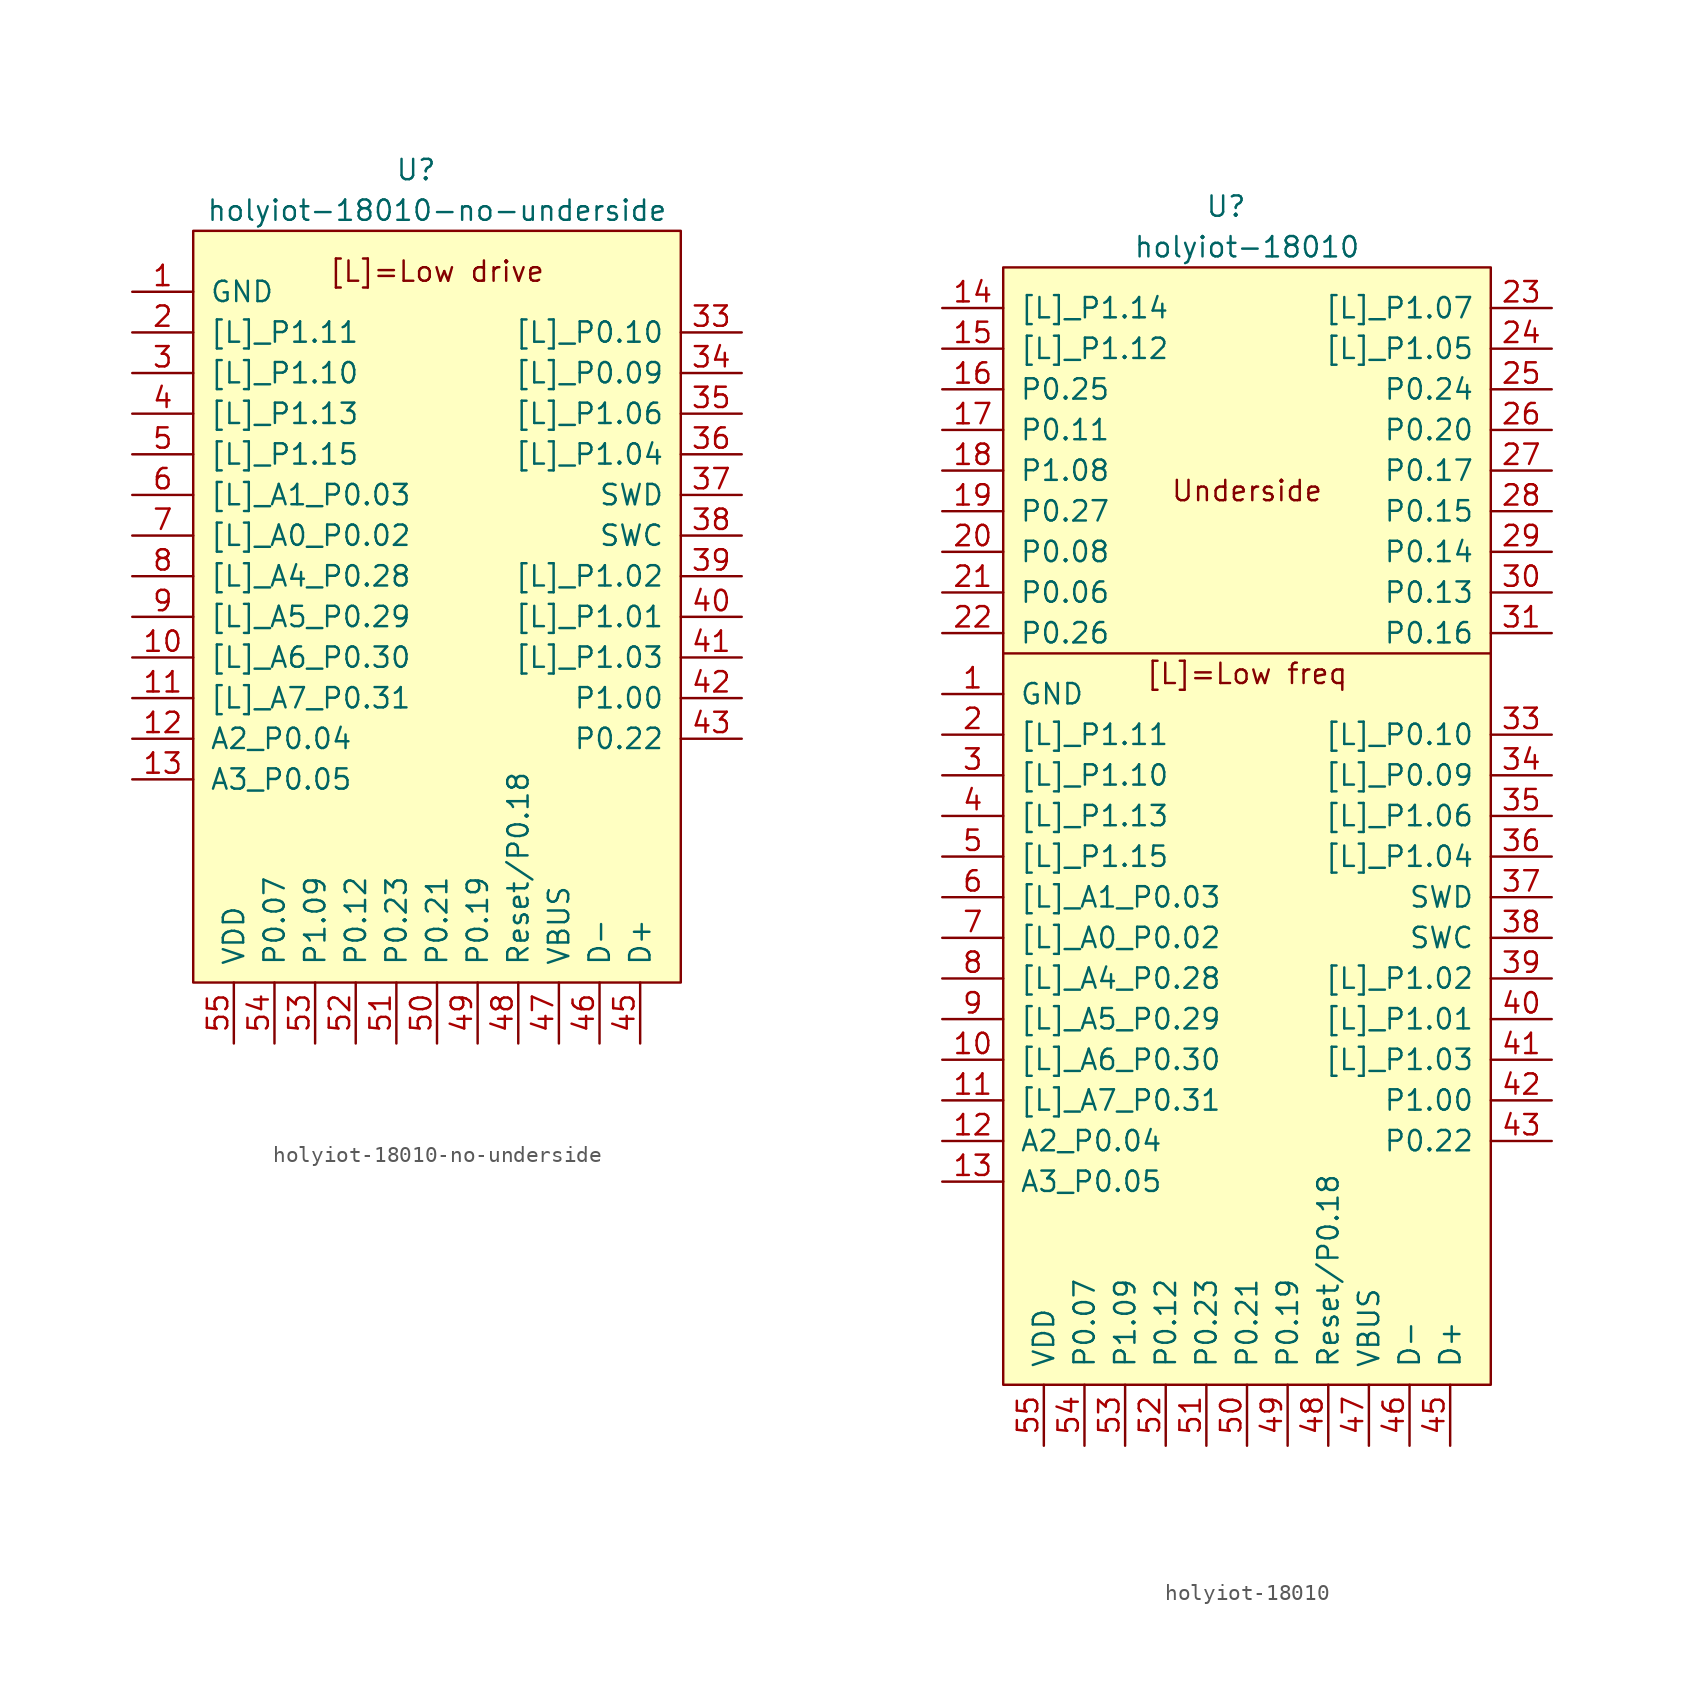
<source format=kicad_sym>
(kicad_symbol_lib
  (version 20220914)
  (generator kicad_symbol_editor)
  (symbol "holyiot-18010-no-underside"
    (pin_names
      (offset 1.016))
    (property "Reference" "U"
      (at 0 20.32 0)
      (effects (font (size 1.27 1.27)) (justify right)))
    (property "Value" "holyiot-18010-no-underside"
      (at 0 17.78 0)
      (effects (font (size 1.27 1.27))))
    (symbol "holyiot-18010-no-underside_0_0"
      (text "[L]=Low drive" (at 0 13.97 0) (effects (font (size 1.27 1.27)))))
    (symbol "holyiot-18010-no-underside_0_1"
      (rectangle (start -15.24 -30.48) (end 15.24 16.51) (stroke (width 0) (type default)) (fill (type background))))
    (symbol "holyiot-18010-no-underside_1_1"
      (pin power_in line (at -19.05 12.7 0) (length 3.81) (name "GND" (effects (font (size 1.27 1.27)))) (number "1" (effects (font (size 1.27 1.27)))))
      (pin bidirectional line (at -19.05 -10.16 0) (length 3.81) (name "[L]_A6_P0.30" (effects (font (size 1.27 1.27)))) (number "10" (effects (font (size 1.27 1.27)))))
      (pin bidirectional line (at -19.05 -12.7 0) (length 3.81) (name "[L]_A7_P0.31" (effects (font (size 1.27 1.27)))) (number "11" (effects (font (size 1.27 1.27)))))
      (pin bidirectional line (at -19.05 -15.24 0) (length 3.81) (name "A2_P0.04" (effects (font (size 1.27 1.27)))) (number "12" (effects (font (size 1.27 1.27)))))
      (pin bidirectional line (at -19.05 -17.78 0) (length 3.81) (name "A3_P0.05" (effects (font (size 1.27 1.27)))) (number "13" (effects (font (size 1.27 1.27)))))
      (pin bidirectional line (at -19.05 10.16 0) (length 3.81) (name "[L]_P1.11" (effects (font (size 1.27 1.27)))) (number "2" (effects (font (size 1.27 1.27)))))
      (pin bidirectional line (at -19.05 7.62 0) (length 3.81) (name "[L]_P1.10" (effects (font (size 1.27 1.27)))) (number "3" (effects (font (size 1.27 1.27)))))
      (pin passive line (at -19.05 12.7 0) (length 3.81) hide (name "GND" (effects (font (size 1.27 1.27)))) (number "32" (effects (font (size 1.27 1.27)))))
      (pin bidirectional line (at 19.05 10.16 180) (length 3.81) (name "[L]_P0.10" (effects (font (size 1.27 1.27)))) (number "33" (effects (font (size 1.27 1.27)))))
      (pin bidirectional line (at 19.05 7.62 180) (length 3.81) (name "[L]_P0.09" (effects (font (size 1.27 1.27)))) (number "34" (effects (font (size 1.27 1.27)))))
      (pin bidirectional line (at 19.05 5.08 180) (length 3.81) (name "[L]_P1.06" (effects (font (size 1.27 1.27)))) (number "35" (effects (font (size 1.27 1.27)))))
      (pin bidirectional line (at 19.05 2.54 180) (length 3.81) (name "[L]_P1.04" (effects (font (size 1.27 1.27)))) (number "36" (effects (font (size 1.27 1.27)))))
      (pin input line (at 19.05 0 180) (length 3.81) (name "SWD" (effects (font (size 1.27 1.27)))) (number "37" (effects (font (size 1.27 1.27)))))
      (pin bidirectional line (at 19.05 -2.54 180) (length 3.81) (name "SWC" (effects (font (size 1.27 1.27)))) (number "38" (effects (font (size 1.27 1.27)))))
      (pin bidirectional line (at 19.05 -5.08 180) (length 3.81) (name "[L]_P1.02" (effects (font (size 1.27 1.27)))) (number "39" (effects (font (size 1.27 1.27)))))
      (pin bidirectional line (at -19.05 5.08 0) (length 3.81) (name "[L]_P1.13" (effects (font (size 1.27 1.27)))) (number "4" (effects (font (size 1.27 1.27)))))
      (pin bidirectional line (at 19.05 -7.62 180) (length 3.81) (name "[L]_P1.01" (effects (font (size 1.27 1.27)))) (number "40" (effects (font (size 1.27 1.27)))))
      (pin bidirectional line (at 19.05 -10.16 180) (length 3.81) (name "[L]_P1.03" (effects (font (size 1.27 1.27)))) (number "41" (effects (font (size 1.27 1.27)))))
      (pin bidirectional line (at 19.05 -12.7 180) (length 3.81) (name "P1.00" (effects (font (size 1.27 1.27)))) (number "42" (effects (font (size 1.27 1.27)))))
      (pin bidirectional line (at 19.05 -15.24 180) (length 3.81) (name "P0.22" (effects (font (size 1.27 1.27)))) (number "43" (effects (font (size 1.27 1.27)))))
      (pin passive line (at -19.05 12.7 0) (length 3.81) hide (name "GND" (effects (font (size 1.27 1.27)))) (number "44" (effects (font (size 1.27 1.27)))))
      (pin bidirectional line (at 12.7 -34.29 90) (length 3.81) (name "D+" (effects (font (size 1.27 1.27)))) (number "45" (effects (font (size 1.27 1.27)))))
      (pin bidirectional line (at 10.16 -34.29 90) (length 3.81) (name "D-" (effects (font (size 1.27 1.27)))) (number "46" (effects (font (size 1.27 1.27)))))
      (pin power_in line (at 7.62 -34.29 90) (length 3.81) (name "VBUS" (effects (font (size 1.27 1.27)))) (number "47" (effects (font (size 1.27 1.27)))))
      (pin bidirectional line (at 5.08 -34.29 90) (length 3.81) (name "Reset/P0.18" (effects (font (size 1.27 1.27)))) (number "48" (effects (font (size 1.27 1.27)))))
      (pin bidirectional line (at 2.54 -34.29 90) (length 3.81) (name "P0.19" (effects (font (size 1.27 1.27)))) (number "49" (effects (font (size 1.27 1.27)))))
      (pin bidirectional line (at -19.05 2.54 0) (length 3.81) (name "[L]_P1.15" (effects (font (size 1.27 1.27)))) (number "5" (effects (font (size 1.27 1.27)))))
      (pin bidirectional line (at 0 -34.29 90) (length 3.81) (name "P0.21" (effects (font (size 1.27 1.27)))) (number "50" (effects (font (size 1.27 1.27)))))
      (pin bidirectional line (at -2.54 -34.29 90) (length 3.81) (name "P0.23" (effects (font (size 1.27 1.27)))) (number "51" (effects (font (size 1.27 1.27)))))
      (pin bidirectional line (at -5.08 -34.29 90) (length 3.81) (name "P0.12" (effects (font (size 1.27 1.27)))) (number "52" (effects (font (size 1.27 1.27)))))
      (pin bidirectional line (at -7.62 -34.29 90) (length 3.81) (name "P1.09" (effects (font (size 1.27 1.27)))) (number "53" (effects (font (size 1.27 1.27)))))
      (pin bidirectional line (at -10.16 -34.29 90) (length 3.81) (name "P0.07" (effects (font (size 1.27 1.27)))) (number "54" (effects (font (size 1.27 1.27)))))
      (pin power_in line (at -12.7 -34.29 90) (length 3.81) (name "VDD" (effects (font (size 1.27 1.27)))) (number "55" (effects (font (size 1.27 1.27)))))
      (pin bidirectional line (at -19.05 0 0) (length 3.81) (name "[L]_A1_P0.03" (effects (font (size 1.27 1.27)))) (number "6" (effects (font (size 1.27 1.27)))))
      (pin bidirectional line (at -19.05 -2.54 0) (length 3.81) (name "[L]_A0_P0.02" (effects (font (size 1.27 1.27)))) (number "7" (effects (font (size 1.27 1.27)))))
      (pin bidirectional line (at -19.05 -5.08 0) (length 3.81) (name "[L]_A4_P0.28" (effects (font (size 1.27 1.27)))) (number "8" (effects (font (size 1.27 1.27)))))
      (pin bidirectional line (at -19.05 -7.62 0) (length 3.81) (name "[L]_A5_P0.29" (effects (font (size 1.27 1.27)))) (number "9" (effects (font (size 1.27 1.27)))))))
  (symbol "holyiot-18010"
    (pin_names
      (offset 1.016))
    (property "Reference" "U"
      (at 0 43.18 0)
      (effects (font (size 1.27 1.27)) (justify right)))
    (property "Value" "holyiot-18010"
      (at 0 40.64 0)
      (effects (font (size 1.27 1.27))))
    (symbol "holyiot-18010_0_0"
      (text "[L]=Low freq" (at 0 13.97 0) (effects (font (size 1.27 1.27))))
      (text "Underside" (at 0 25.4 0) (effects (font (size 1.27 1.27)))))
    (symbol "holyiot-18010_0_1"
      (polyline (pts (xy -15.24 15.24) (xy 15.24 15.24)) (stroke (width 0) (type default)) (fill (type none)))
      (rectangle (start 15.24 -30.48) (end -15.24 39.37) (stroke (width 0) (type default)) (fill (type background))))
    (symbol "holyiot-18010_1_1"
      (pin power_in line (at -19.05 12.7 0) (length 3.81) (name "GND" (effects (font (size 1.27 1.27)))) (number "1" (effects (font (size 1.27 1.27)))))
      (pin bidirectional line (at -19.05 -10.16 0) (length 3.81) (name "[L]_A6_P0.30" (effects (font (size 1.27 1.27)))) (number "10" (effects (font (size 1.27 1.27)))))
      (pin bidirectional line (at -19.05 -12.7 0) (length 3.81) (name "[L]_A7_P0.31" (effects (font (size 1.27 1.27)))) (number "11" (effects (font (size 1.27 1.27)))))
      (pin bidirectional line (at -19.05 -15.24 0) (length 3.81) (name "A2_P0.04" (effects (font (size 1.27 1.27)))) (number "12" (effects (font (size 1.27 1.27)))))
      (pin bidirectional line (at -19.05 -17.78 0) (length 3.81) (name "A3_P0.05" (effects (font (size 1.27 1.27)))) (number "13" (effects (font (size 1.27 1.27)))))
      (pin bidirectional line (at -19.05 36.83 0) (length 3.81) (name "[L]_P1.14" (effects (font (size 1.27 1.27)))) (number "14" (effects (font (size 1.27 1.27)))))
      (pin bidirectional line (at -19.05 34.29 0) (length 3.81) (name "[L]_P1.12" (effects (font (size 1.27 1.27)))) (number "15" (effects (font (size 1.27 1.27)))))
      (pin bidirectional line (at -19.05 31.75 0) (length 3.81) (name "P0.25" (effects (font (size 1.27 1.27)))) (number "16" (effects (font (size 1.27 1.27)))))
      (pin bidirectional line (at -19.05 29.21 0) (length 3.81) (name "P0.11" (effects (font (size 1.27 1.27)))) (number "17" (effects (font (size 1.27 1.27)))))
      (pin bidirectional line (at -19.05 26.67 0) (length 3.81) (name "P1.08" (effects (font (size 1.27 1.27)))) (number "18" (effects (font (size 1.27 1.27)))))
      (pin bidirectional line (at -19.05 24.13 0) (length 3.81) (name "P0.27" (effects (font (size 1.27 1.27)))) (number "19" (effects (font (size 1.27 1.27)))))
      (pin bidirectional line (at -19.05 10.16 0) (length 3.81) (name "[L]_P1.11" (effects (font (size 1.27 1.27)))) (number "2" (effects (font (size 1.27 1.27)))))
      (pin bidirectional line (at -19.05 21.59 0) (length 3.81) (name "P0.08" (effects (font (size 1.27 1.27)))) (number "20" (effects (font (size 1.27 1.27)))))
      (pin bidirectional line (at -19.05 19.05 0) (length 3.81) (name "P0.06" (effects (font (size 1.27 1.27)))) (number "21" (effects (font (size 1.27 1.27)))))
      (pin bidirectional line (at -19.05 16.51 0) (length 3.81) (name "P0.26" (effects (font (size 1.27 1.27)))) (number "22" (effects (font (size 1.27 1.27)))))
      (pin bidirectional line (at 19.05 36.83 180) (length 3.81) (name "[L]_P1.07" (effects (font (size 1.27 1.27)))) (number "23" (effects (font (size 1.27 1.27)))))
      (pin bidirectional line (at 19.05 34.29 180) (length 3.81) (name "[L]_P1.05" (effects (font (size 1.27 1.27)))) (number "24" (effects (font (size 1.27 1.27)))))
      (pin bidirectional line (at 19.05 31.75 180) (length 3.81) (name "P0.24" (effects (font (size 1.27 1.27)))) (number "25" (effects (font (size 1.27 1.27)))))
      (pin bidirectional line (at 19.05 29.21 180) (length 3.81) (name "P0.20" (effects (font (size 1.27 1.27)))) (number "26" (effects (font (size 1.27 1.27)))))
      (pin bidirectional line (at 19.05 26.67 180) (length 3.81) (name "P0.17" (effects (font (size 1.27 1.27)))) (number "27" (effects (font (size 1.27 1.27)))))
      (pin bidirectional line (at 19.05 24.13 180) (length 3.81) (name "P0.15" (effects (font (size 1.27 1.27)))) (number "28" (effects (font (size 1.27 1.27)))))
      (pin bidirectional line (at 19.05 21.59 180) (length 3.81) (name "P0.14" (effects (font (size 1.27 1.27)))) (number "29" (effects (font (size 1.27 1.27)))))
      (pin bidirectional line (at -19.05 7.62 0) (length 3.81) (name "[L]_P1.10" (effects (font (size 1.27 1.27)))) (number "3" (effects (font (size 1.27 1.27)))))
      (pin bidirectional line (at 19.05 19.05 180) (length 3.81) (name "P0.13" (effects (font (size 1.27 1.27)))) (number "30" (effects (font (size 1.27 1.27)))))
      (pin bidirectional line (at 19.05 16.51 180) (length 3.81) (name "P0.16" (effects (font (size 1.27 1.27)))) (number "31" (effects (font (size 1.27 1.27)))))
      (pin power_in line (at -19.05 12.7 0) (length 3.81) hide (name "GND" (effects (font (size 1.27 1.27)))) (number "32" (effects (font (size 1.27 1.27)))))
      (pin bidirectional line (at 19.05 10.16 180) (length 3.81) (name "[L]_P0.10" (effects (font (size 1.27 1.27)))) (number "33" (effects (font (size 1.27 1.27)))))
      (pin bidirectional line (at 19.05 7.62 180) (length 3.81) (name "[L]_P0.09" (effects (font (size 1.27 1.27)))) (number "34" (effects (font (size 1.27 1.27)))))
      (pin bidirectional line (at 19.05 5.08 180) (length 3.81) (name "[L]_P1.06" (effects (font (size 1.27 1.27)))) (number "35" (effects (font (size 1.27 1.27)))))
      (pin bidirectional line (at 19.05 2.54 180) (length 3.81) (name "[L]_P1.04" (effects (font (size 1.27 1.27)))) (number "36" (effects (font (size 1.27 1.27)))))
      (pin input line (at 19.05 0 180) (length 3.81) (name "SWD" (effects (font (size 1.27 1.27)))) (number "37" (effects (font (size 1.27 1.27)))))
      (pin bidirectional line (at 19.05 -2.54 180) (length 3.81) (name "SWC" (effects (font (size 1.27 1.27)))) (number "38" (effects (font (size 1.27 1.27)))))
      (pin bidirectional line (at 19.05 -5.08 180) (length 3.81) (name "[L]_P1.02" (effects (font (size 1.27 1.27)))) (number "39" (effects (font (size 1.27 1.27)))))
      (pin bidirectional line (at -19.05 5.08 0) (length 3.81) (name "[L]_P1.13" (effects (font (size 1.27 1.27)))) (number "4" (effects (font (size 1.27 1.27)))))
      (pin bidirectional line (at 19.05 -7.62 180) (length 3.81) (name "[L]_P1.01" (effects (font (size 1.27 1.27)))) (number "40" (effects (font (size 1.27 1.27)))))
      (pin bidirectional line (at 19.05 -10.16 180) (length 3.81) (name "[L]_P1.03" (effects (font (size 1.27 1.27)))) (number "41" (effects (font (size 1.27 1.27)))))
      (pin bidirectional line (at 19.05 -12.7 180) (length 3.81) (name "P1.00" (effects (font (size 1.27 1.27)))) (number "42" (effects (font (size 1.27 1.27)))))
      (pin bidirectional line (at 19.05 -15.24 180) (length 3.81) (name "P0.22" (effects (font (size 1.27 1.27)))) (number "43" (effects (font (size 1.27 1.27)))))
      (pin power_in line (at -19.05 12.7 0) (length 3.81) hide (name "GND" (effects (font (size 1.27 1.27)))) (number "44" (effects (font (size 1.27 1.27)))))
      (pin bidirectional line (at 12.7 -34.29 90) (length 3.81) (name "D+" (effects (font (size 1.27 1.27)))) (number "45" (effects (font (size 1.27 1.27)))))
      (pin bidirectional line (at 10.16 -34.29 90) (length 3.81) (name "D-" (effects (font (size 1.27 1.27)))) (number "46" (effects (font (size 1.27 1.27)))))
      (pin power_in line (at 7.62 -34.29 90) (length 3.81) (name "VBUS" (effects (font (size 1.27 1.27)))) (number "47" (effects (font (size 1.27 1.27)))))
      (pin bidirectional line (at 5.08 -34.29 90) (length 3.81) (name "Reset/P0.18" (effects (font (size 1.27 1.27)))) (number "48" (effects (font (size 1.27 1.27)))))
      (pin bidirectional line (at 2.54 -34.29 90) (length 3.81) (name "P0.19" (effects (font (size 1.27 1.27)))) (number "49" (effects (font (size 1.27 1.27)))))
      (pin bidirectional line (at -19.05 2.54 0) (length 3.81) (name "[L]_P1.15" (effects (font (size 1.27 1.27)))) (number "5" (effects (font (size 1.27 1.27)))))
      (pin bidirectional line (at 0 -34.29 90) (length 3.81) (name "P0.21" (effects (font (size 1.27 1.27)))) (number "50" (effects (font (size 1.27 1.27)))))
      (pin bidirectional line (at -2.54 -34.29 90) (length 3.81) (name "P0.23" (effects (font (size 1.27 1.27)))) (number "51" (effects (font (size 1.27 1.27)))))
      (pin bidirectional line (at -5.08 -34.29 90) (length 3.81) (name "P0.12" (effects (font (size 1.27 1.27)))) (number "52" (effects (font (size 1.27 1.27)))))
      (pin bidirectional line (at -7.62 -34.29 90) (length 3.81) (name "P1.09" (effects (font (size 1.27 1.27)))) (number "53" (effects (font (size 1.27 1.27)))))
      (pin bidirectional line (at -10.16 -34.29 90) (length 3.81) (name "P0.07" (effects (font (size 1.27 1.27)))) (number "54" (effects (font (size 1.27 1.27)))))
      (pin power_in line (at -12.7 -34.29 90) (length 3.81) (name "VDD" (effects (font (size 1.27 1.27)))) (number "55" (effects (font (size 1.27 1.27)))))
      (pin bidirectional line (at -19.05 0 0) (length 3.81) (name "[L]_A1_P0.03" (effects (font (size 1.27 1.27)))) (number "6" (effects (font (size 1.27 1.27)))))
      (pin bidirectional line (at -19.05 -2.54 0) (length 3.81) (name "[L]_A0_P0.02" (effects (font (size 1.27 1.27)))) (number "7" (effects (font (size 1.27 1.27)))))
      (pin bidirectional line (at -19.05 -5.08 0) (length 3.81) (name "[L]_A4_P0.28" (effects (font (size 1.27 1.27)))) (number "8" (effects (font (size 1.27 1.27)))))
      (pin bidirectional line (at -19.05 -7.62 0) (length 3.81) (name "[L]_A5_P0.29" (effects (font (size 1.27 1.27)))) (number "9" (effects (font (size 1.27 1.27))))))))
</source>
